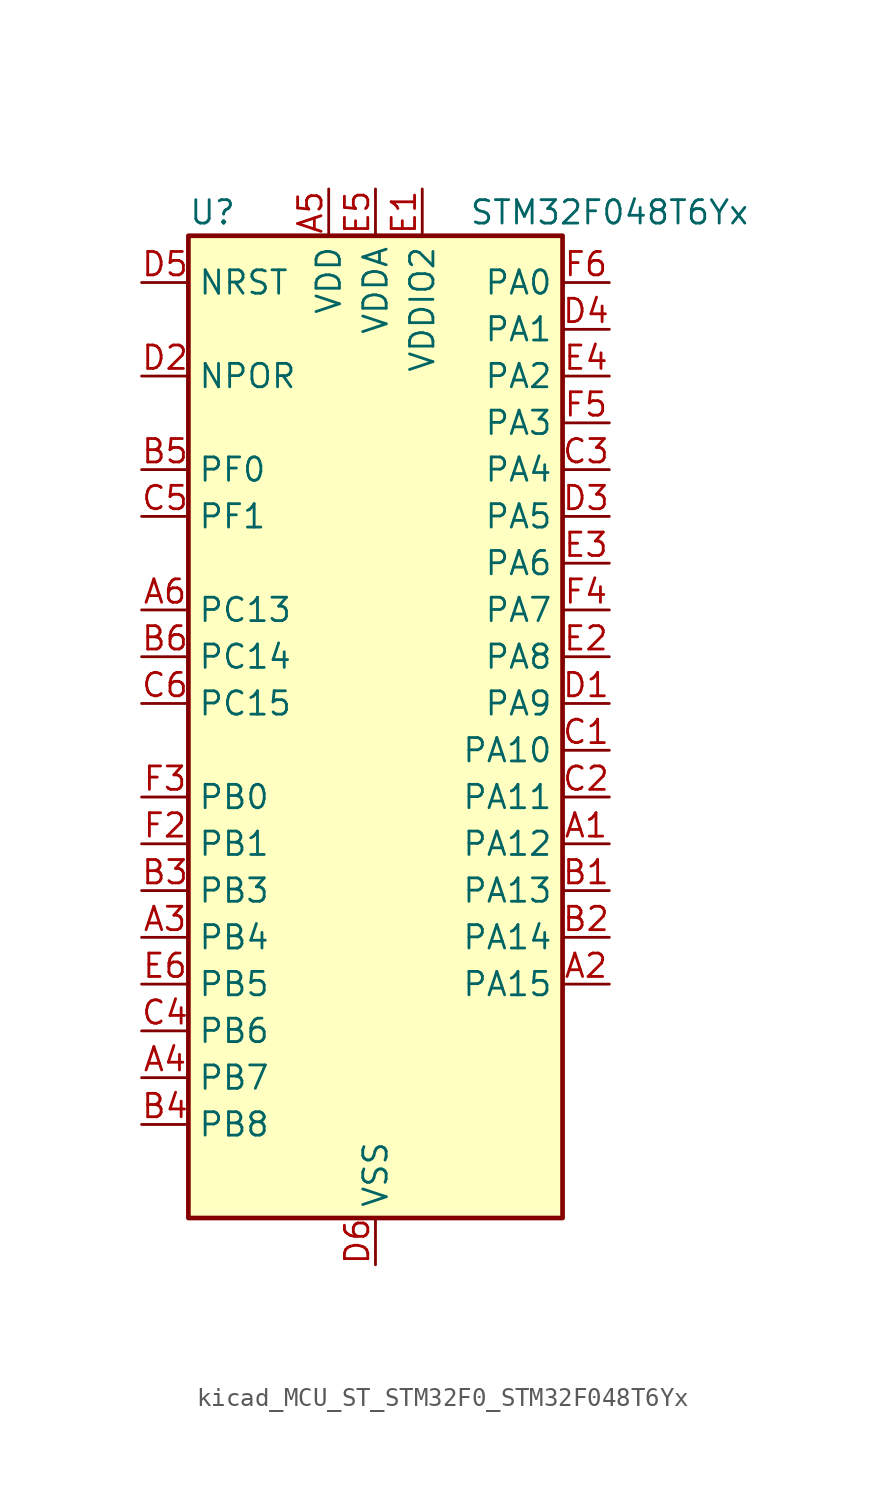
<source format=kicad_sym>
(kicad_symbol_lib
  (version 20220914)
  (generator kicad_symbol_editor)
  (symbol "kicad_MCU_ST_STM32F0_STM32F048T6Yx"
    (property "Reference" "U"
      (at -10.16 29.21 0)
      (effects (font (size 1.27 1.27)) (justify left)))
    (property "Value" "STM32F048T6Yx"
      (at 5.08 29.21 0)
      (effects (font (size 1.27 1.27)) (justify left)))
    (property "ki_locked" ""
      (at 0 0 0)
      (effects (font (size 1.27 1.27))))
    (symbol "kicad_MCU_ST_STM32F0_STM32F048T6Yx_0_1"
      (rectangle (start -10.16 -25.4) (end 10.16 27.94) (stroke (width 0.254) (type default)) (fill (type background))))
    (symbol "kicad_MCU_ST_STM32F0_STM32F048T6Yx_1_1"
      (pin bidirectional line (at 12.7 -5.08 180) (length 2.54) (name "PA12" (effects (font (size 1.27 1.27)))) (number "A1" (effects (font (size 1.27 1.27)))) (alternate "I2C1_SDA" bidirectional line) (alternate "TIM1_ETR" bidirectional line) (alternate "TSC_G4_IO4" bidirectional line) (alternate "USART1_DE" bidirectional line) (alternate "USART1_RTS" bidirectional line) (alternate "USB_DP" bidirectional line))
      (pin bidirectional line (at 12.7 -12.7 180) (length 2.54) (name "PA15" (effects (font (size 1.27 1.27)))) (number "A2" (effects (font (size 1.27 1.27)))) (alternate "I2S1_WS" bidirectional line) (alternate "SPI1_NSS" bidirectional line) (alternate "TIM2_CH1" bidirectional line) (alternate "TIM2_ETR" bidirectional line) (alternate "USART2_RX" bidirectional line) (alternate "USB_NOE" bidirectional line))
      (pin bidirectional line (at -12.7 -10.16 0) (length 2.54) (name "PB4" (effects (font (size 1.27 1.27)))) (number "A3" (effects (font (size 1.27 1.27)))) (alternate "I2S1_MCK" bidirectional line) (alternate "SPI1_MISO" bidirectional line) (alternate "TIM17_BKIN" bidirectional line) (alternate "TIM3_CH1" bidirectional line) (alternate "TSC_G5_IO2" bidirectional line))
      (pin bidirectional line (at -12.7 -17.78 0) (length 2.54) (name "PB7" (effects (font (size 1.27 1.27)))) (number "A4" (effects (font (size 1.27 1.27)))) (alternate "I2C1_SDA" bidirectional line) (alternate "TIM17_CH1N" bidirectional line) (alternate "TSC_G5_IO4" bidirectional line) (alternate "USART1_RX" bidirectional line))
      (pin power_in line (at -2.54 30.48 270) (length 2.54) (name "VDD" (effects (font (size 1.27 1.27)))) (number "A5" (effects (font (size 1.27 1.27)))))
      (pin bidirectional line (at -12.7 7.62 0) (length 2.54) (name "PC13" (effects (font (size 1.27 1.27)))) (number "A6" (effects (font (size 1.27 1.27)))) (alternate "RTC_OUT_ALARM" bidirectional line) (alternate "RTC_OUT_CALIB" bidirectional line) (alternate "RTC_TAMP1" bidirectional line) (alternate "RTC_TS" bidirectional line) (alternate "SYS_WKUP2" bidirectional line))
      (pin bidirectional line (at 12.7 -7.62 180) (length 2.54) (name "PA13" (effects (font (size 1.27 1.27)))) (number "B1" (effects (font (size 1.27 1.27)))) (alternate "IR_OUT" bidirectional line) (alternate "SYS_SWDIO" bidirectional line) (alternate "USB_NOE" bidirectional line))
      (pin bidirectional line (at 12.7 -10.16 180) (length 2.54) (name "PA14" (effects (font (size 1.27 1.27)))) (number "B2" (effects (font (size 1.27 1.27)))) (alternate "SYS_SWCLK" bidirectional line) (alternate "USART2_TX" bidirectional line))
      (pin bidirectional line (at -12.7 -7.62 0) (length 2.54) (name "PB3" (effects (font (size 1.27 1.27)))) (number "B3" (effects (font (size 1.27 1.27)))) (alternate "I2S1_CK" bidirectional line) (alternate "SPI1_SCK" bidirectional line) (alternate "TIM2_CH2" bidirectional line) (alternate "TSC_G5_IO1" bidirectional line))
      (pin bidirectional line (at -12.7 -20.32 0) (length 2.54) (name "PB8" (effects (font (size 1.27 1.27)))) (number "B4" (effects (font (size 1.27 1.27)))) (alternate "CEC" bidirectional line) (alternate "I2C1_SCL" bidirectional line) (alternate "TIM16_CH1" bidirectional line) (alternate "TSC_SYNC" bidirectional line))
      (pin bidirectional line (at -12.7 15.24 0) (length 2.54) (name "PF0" (effects (font (size 1.27 1.27)))) (number "B5" (effects (font (size 1.27 1.27)))) (alternate "CRS_SYNC" bidirectional line) (alternate "I2C1_SDA" bidirectional line) (alternate "RCC_OSC_IN" bidirectional line))
      (pin bidirectional line (at -12.7 5.08 0) (length 2.54) (name "PC14" (effects (font (size 1.27 1.27)))) (number "B6" (effects (font (size 1.27 1.27)))) (alternate "RCC_OSC32_IN" bidirectional line))
      (pin bidirectional line (at 12.7 0 180) (length 2.54) (name "PA10" (effects (font (size 1.27 1.27)))) (number "C1" (effects (font (size 1.27 1.27)))) (alternate "I2C1_SDA" bidirectional line) (alternate "TIM17_BKIN" bidirectional line) (alternate "TIM1_CH3" bidirectional line) (alternate "TSC_G4_IO2" bidirectional line) (alternate "USART1_RX" bidirectional line))
      (pin bidirectional line (at 12.7 -2.54 180) (length 2.54) (name "PA11" (effects (font (size 1.27 1.27)))) (number "C2" (effects (font (size 1.27 1.27)))) (alternate "I2C1_SCL" bidirectional line) (alternate "TIM1_CH4" bidirectional line) (alternate "TSC_G4_IO3" bidirectional line) (alternate "USART1_CTS" bidirectional line) (alternate "USB_DM" bidirectional line))
      (pin bidirectional line (at 12.7 15.24 180) (length 2.54) (name "PA4" (effects (font (size 1.27 1.27)))) (number "C3" (effects (font (size 1.27 1.27)))) (alternate "ADC_IN4" bidirectional line) (alternate "I2S1_WS" bidirectional line) (alternate "SPI1_NSS" bidirectional line) (alternate "TIM14_CH1" bidirectional line) (alternate "TSC_G2_IO1" bidirectional line) (alternate "USART2_CK" bidirectional line) (alternate "USB_NOE" bidirectional line))
      (pin bidirectional line (at -12.7 -15.24 0) (length 2.54) (name "PB6" (effects (font (size 1.27 1.27)))) (number "C4" (effects (font (size 1.27 1.27)))) (alternate "I2C1_SCL" bidirectional line) (alternate "TIM16_CH1N" bidirectional line) (alternate "TSC_G5_IO3" bidirectional line) (alternate "USART1_TX" bidirectional line))
      (pin bidirectional line (at -12.7 12.7 0) (length 2.54) (name "PF1" (effects (font (size 1.27 1.27)))) (number "C5" (effects (font (size 1.27 1.27)))) (alternate "I2C1_SCL" bidirectional line) (alternate "RCC_OSC_OUT" bidirectional line))
      (pin bidirectional line (at -12.7 2.54 0) (length 2.54) (name "PC15" (effects (font (size 1.27 1.27)))) (number "C6" (effects (font (size 1.27 1.27)))) (alternate "RCC_OSC32_OUT" bidirectional line))
      (pin bidirectional line (at 12.7 2.54 180) (length 2.54) (name "PA9" (effects (font (size 1.27 1.27)))) (number "D1" (effects (font (size 1.27 1.27)))) (alternate "I2C1_SCL" bidirectional line) (alternate "TIM1_CH2" bidirectional line) (alternate "TSC_G4_IO1" bidirectional line) (alternate "USART1_TX" bidirectional line))
      (pin input line (at -12.7 20.32 0) (length 2.54) (name "NPOR" (effects (font (size 1.27 1.27)))) (number "D2" (effects (font (size 1.27 1.27)))))
      (pin bidirectional line (at 12.7 12.7 180) (length 2.54) (name "PA5" (effects (font (size 1.27 1.27)))) (number "D3" (effects (font (size 1.27 1.27)))) (alternate "ADC_IN5" bidirectional line) (alternate "CEC" bidirectional line) (alternate "I2S1_CK" bidirectional line) (alternate "SPI1_SCK" bidirectional line) (alternate "TIM2_CH1" bidirectional line) (alternate "TIM2_ETR" bidirectional line) (alternate "TSC_G2_IO2" bidirectional line))
      (pin bidirectional line (at 12.7 22.86 180) (length 2.54) (name "PA1" (effects (font (size 1.27 1.27)))) (number "D4" (effects (font (size 1.27 1.27)))) (alternate "ADC_IN1" bidirectional line) (alternate "TIM2_CH2" bidirectional line) (alternate "TSC_G1_IO2" bidirectional line) (alternate "USART2_DE" bidirectional line) (alternate "USART2_RTS" bidirectional line))
      (pin input line (at -12.7 25.4 0) (length 2.54) (name "NRST" (effects (font (size 1.27 1.27)))) (number "D5" (effects (font (size 1.27 1.27)))))
      (pin power_in line (at 0 -27.94 90) (length 2.54) (name "VSS" (effects (font (size 1.27 1.27)))) (number "D6" (effects (font (size 1.27 1.27)))))
      (pin power_in line (at 2.54 30.48 270) (length 2.54) (name "VDDIO2" (effects (font (size 1.27 1.27)))) (number "E1" (effects (font (size 1.27 1.27)))))
      (pin bidirectional line (at 12.7 5.08 180) (length 2.54) (name "PA8" (effects (font (size 1.27 1.27)))) (number "E2" (effects (font (size 1.27 1.27)))) (alternate "CRS_SYNC" bidirectional line) (alternate "RCC_MCO" bidirectional line) (alternate "TIM1_CH1" bidirectional line) (alternate "USART1_CK" bidirectional line))
      (pin bidirectional line (at 12.7 10.16 180) (length 2.54) (name "PA6" (effects (font (size 1.27 1.27)))) (number "E3" (effects (font (size 1.27 1.27)))) (alternate "ADC_IN6" bidirectional line) (alternate "I2S1_MCK" bidirectional line) (alternate "SPI1_MISO" bidirectional line) (alternate "TIM16_CH1" bidirectional line) (alternate "TIM1_BKIN" bidirectional line) (alternate "TIM3_CH1" bidirectional line) (alternate "TSC_G2_IO3" bidirectional line))
      (pin bidirectional line (at 12.7 20.32 180) (length 2.54) (name "PA2" (effects (font (size 1.27 1.27)))) (number "E4" (effects (font (size 1.27 1.27)))) (alternate "ADC_IN2" bidirectional line) (alternate "SYS_WKUP4" bidirectional line) (alternate "TIM2_CH3" bidirectional line) (alternate "TSC_G1_IO3" bidirectional line) (alternate "USART2_TX" bidirectional line))
      (pin power_in line (at 0 30.48 270) (length 2.54) (name "VDDA" (effects (font (size 1.27 1.27)))) (number "E5" (effects (font (size 1.27 1.27)))))
      (pin bidirectional line (at -12.7 -12.7 0) (length 2.54) (name "PB5" (effects (font (size 1.27 1.27)))) (number "E6" (effects (font (size 1.27 1.27)))) (alternate "I2C1_SMBA" bidirectional line) (alternate "I2S1_SD" bidirectional line) (alternate "SPI1_MOSI" bidirectional line) (alternate "SYS_WKUP6" bidirectional line) (alternate "TIM16_BKIN" bidirectional line) (alternate "TIM3_CH2" bidirectional line))
      (pin passive line (at 0 -27.94 90) (length 2.54) hide (name "VSS" (effects (font (size 1.27 1.27)))) (number "F1" (effects (font (size 1.27 1.27)))))
      (pin bidirectional line (at -12.7 -5.08 0) (length 2.54) (name "PB1" (effects (font (size 1.27 1.27)))) (number "F2" (effects (font (size 1.27 1.27)))) (alternate "ADC_IN9" bidirectional line) (alternate "TIM14_CH1" bidirectional line) (alternate "TIM1_CH3N" bidirectional line) (alternate "TIM3_CH4" bidirectional line) (alternate "TSC_G3_IO3" bidirectional line))
      (pin bidirectional line (at -12.7 -2.54 0) (length 2.54) (name "PB0" (effects (font (size 1.27 1.27)))) (number "F3" (effects (font (size 1.27 1.27)))) (alternate "ADC_IN8" bidirectional line) (alternate "TIM1_CH2N" bidirectional line) (alternate "TIM3_CH3" bidirectional line) (alternate "TSC_G3_IO2" bidirectional line))
      (pin bidirectional line (at 12.7 7.62 180) (length 2.54) (name "PA7" (effects (font (size 1.27 1.27)))) (number "F4" (effects (font (size 1.27 1.27)))) (alternate "ADC_IN7" bidirectional line) (alternate "I2S1_SD" bidirectional line) (alternate "SPI1_MOSI" bidirectional line) (alternate "TIM14_CH1" bidirectional line) (alternate "TIM17_CH1" bidirectional line) (alternate "TIM1_CH1N" bidirectional line) (alternate "TIM3_CH2" bidirectional line) (alternate "TSC_G2_IO4" bidirectional line))
      (pin bidirectional line (at 12.7 17.78 180) (length 2.54) (name "PA3" (effects (font (size 1.27 1.27)))) (number "F5" (effects (font (size 1.27 1.27)))) (alternate "ADC_IN3" bidirectional line) (alternate "TIM2_CH4" bidirectional line) (alternate "TSC_G1_IO4" bidirectional line) (alternate "USART2_RX" bidirectional line))
      (pin bidirectional line (at 12.7 25.4 180) (length 2.54) (name "PA0" (effects (font (size 1.27 1.27)))) (number "F6" (effects (font (size 1.27 1.27)))) (alternate "ADC_IN0" bidirectional line) (alternate "RTC_TAMP2" bidirectional line) (alternate "SYS_WKUP1" bidirectional line) (alternate "TIM2_CH1" bidirectional line) (alternate "TIM2_ETR" bidirectional line) (alternate "TSC_G1_IO1" bidirectional line) (alternate "USART2_CTS" bidirectional line)))))
</source>
